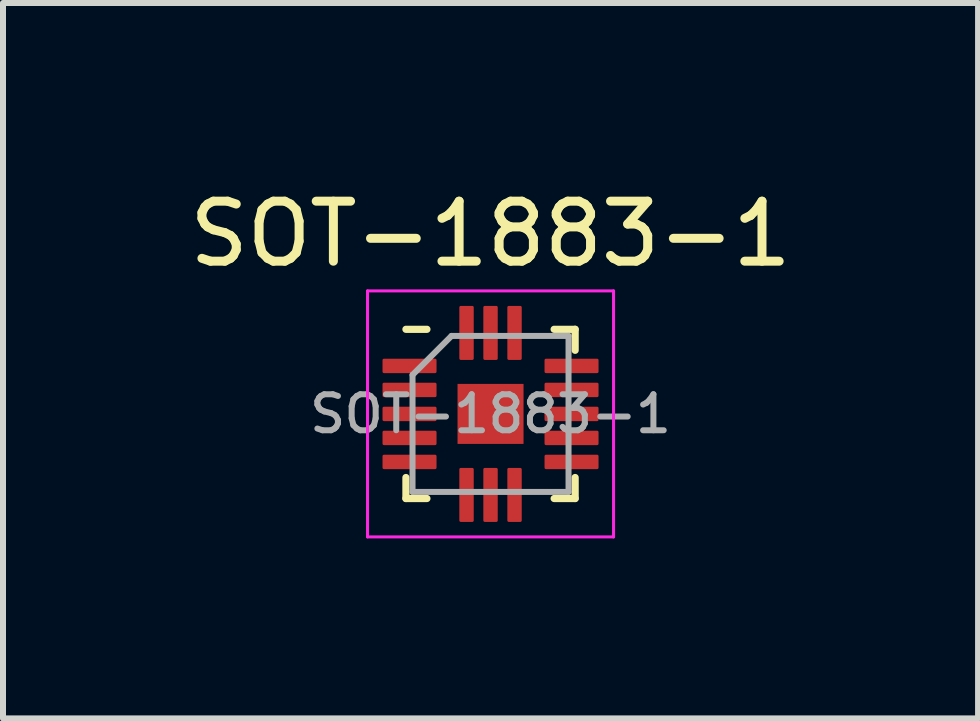
<source format=kicad_pcb>
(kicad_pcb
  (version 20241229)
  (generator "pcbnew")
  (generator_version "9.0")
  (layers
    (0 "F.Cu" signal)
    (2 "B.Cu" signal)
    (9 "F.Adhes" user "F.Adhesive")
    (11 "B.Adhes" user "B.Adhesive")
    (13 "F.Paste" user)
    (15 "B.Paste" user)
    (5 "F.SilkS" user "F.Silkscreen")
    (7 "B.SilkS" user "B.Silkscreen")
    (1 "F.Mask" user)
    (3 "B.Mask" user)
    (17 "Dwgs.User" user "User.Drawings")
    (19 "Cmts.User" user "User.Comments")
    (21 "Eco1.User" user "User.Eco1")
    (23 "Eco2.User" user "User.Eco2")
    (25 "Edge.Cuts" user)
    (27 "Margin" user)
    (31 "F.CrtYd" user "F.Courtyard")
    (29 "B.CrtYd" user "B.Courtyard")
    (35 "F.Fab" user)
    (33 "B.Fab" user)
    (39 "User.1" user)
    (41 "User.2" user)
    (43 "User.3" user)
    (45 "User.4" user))
  (footprint "SOT-1883-1"
    (layer "F.Cu")
    (at 5.125 3.848)
    (property "Reference" "SOT-1883-1" (at 0 -3 0) (layer "F.SilkS") (effects (font (size 1 1) (thickness 0.15))))
    (attr smd)
    (fp_line (start -1.41 1.41) (end -1.41 1.06) (stroke (width 0.12) (type solid)) (layer "F.SilkS"))
    (fp_line (start -1.06 -1.41) (end -1.41 -1.41) (stroke (width 0.12) (type solid)) (layer "F.SilkS"))
    (fp_line (start -1.06 1.41) (end -1.41 1.41) (stroke (width 0.12) (type solid)) (layer "F.SilkS"))
    (fp_line (start 1.06 -1.41) (end 1.41 -1.41) (stroke (width 0.12) (type solid)) (layer "F.SilkS"))
    (fp_line (start 1.06 1.41) (end 1.41 1.41) (stroke (width 0.12) (type solid)) (layer "F.SilkS"))
    (fp_line (start 1.41 -1.41) (end 1.41 -1.06) (stroke (width 0.12) (type solid)) (layer "F.SilkS"))
    (fp_line (start 1.41 1.41) (end 1.41 1.06) (stroke (width 0.12) (type solid)) (layer "F.SilkS"))
    (fp_line (start -2.05 -2.05) (end 2.05 -2.05) (stroke (width 0.05) (type solid)) (layer "F.CrtYd"))
    (fp_line (start -2.05 2.05) (end -2.05 -2.05) (stroke (width 0.05) (type solid)) (layer "F.CrtYd"))
    (fp_line (start 2.05 -2.05) (end 2.05 2.05) (stroke (width 0.05) (type solid)) (layer "F.CrtYd"))
    (fp_line (start 2.05 2.05) (end -2.05 2.05) (stroke (width 0.05) (type solid)) (layer "F.CrtYd"))
    (fp_line (start -1.3 -0.65) (end -1.3 1.3) (stroke (width 0.1) (type solid)) (layer "F.Fab"))
    (fp_line (start -1.3 1.3) (end 1.3 1.3) (stroke (width 0.1) (type solid)) (layer "F.Fab"))
    (fp_line (start -0.65 -1.3) (end -1.3 -0.65) (stroke (width 0.1) (type solid)) (layer "F.Fab"))
    (fp_line (start 1.3 -1.3) (end -0.65 -1.3) (stroke (width 0.1) (type solid)) (layer "F.Fab"))
    (fp_line (start 1.3 1.3) (end 1.3 -1.3) (stroke (width 0.1) (type solid)) (layer "F.Fab"))
    (fp_text user "${REFERENCE}" (at 0 0 0) (layer "F.Fab") (effects (font (size 0.6 0.6) (thickness 0.1))))
    (pad "" smd roundrect (at 0 0) (size 0.6 0.5) (layers "F.Paste") (roundrect_rratio 0.1))
    (pad "1" smd roundrect (at -1.35 -0.8 90) (size 0.24 0.9) (layers "F.Cu" "F.Mask" "F.Paste") (roundrect_rratio 0.1))
    (pad "2" smd roundrect (at -1.35 -0.4 90) (size 0.24 0.9) (layers "F.Cu" "F.Mask" "F.Paste") (roundrect_rratio 0.1))
    (pad "3" smd roundrect (at -1.35 0 90) (size 0.24 0.9) (layers "F.Cu" "F.Mask" "F.Paste") (roundrect_rratio 0.1))
    (pad "4" smd roundrect (at -1.35 0.4 90) (size 0.24 0.9) (layers "F.Cu" "F.Mask" "F.Paste") (roundrect_rratio 0.1))
    (pad "5" smd roundrect (at -1.35 0.8 90) (size 0.24 0.9) (layers "F.Cu" "F.Mask" "F.Paste") (roundrect_rratio 0.1))
    (pad "6" smd roundrect (at -0.4 1.35) (size 0.24 0.9) (layers "F.Cu" "F.Mask" "F.Paste") (roundrect_rratio 0.1))
    (pad "7" smd roundrect (at 0 1.35) (size 0.24 0.9) (layers "F.Cu" "F.Mask" "F.Paste") (roundrect_rratio 0.1))
    (pad "8" smd roundrect (at 0.4 1.35) (size 0.24 0.9) (layers "F.Cu" "F.Mask" "F.Paste") (roundrect_rratio 0.1))
    (pad "9" smd roundrect (at 1.35 0.8 90) (size 0.24 0.9) (layers "F.Cu" "F.Mask" "F.Paste") (roundrect_rratio 0.1))
    (pad "10" smd roundrect (at 1.35 0.4 90) (size 0.24 0.9) (layers "F.Cu" "F.Mask" "F.Paste") (roundrect_rratio 0.1))
    (pad "11" smd roundrect (at 1.35 0 90) (size 0.24 0.9) (layers "F.Cu" "F.Mask" "F.Paste") (roundrect_rratio 0.1))
    (pad "12" smd roundrect (at 1.35 -0.4 90) (size 0.24 0.9) (layers "F.Cu" "F.Mask" "F.Paste") (roundrect_rratio 0.1))
    (pad "13" smd roundrect (at 1.35 -0.8 90) (size 0.24 0.9) (layers "F.Cu" "F.Mask" "F.Paste") (roundrect_rratio 0.1))
    (pad "14" smd roundrect (at 0.4 -1.35) (size 0.24 0.9) (layers "F.Cu" "F.Mask" "F.Paste") (roundrect_rratio 0.1))
    (pad "15" smd roundrect (at 0 -1.35) (size 0.24 0.9) (layers "F.Cu" "F.Mask" "F.Paste") (roundrect_rratio 0.1))
    (pad "16" smd roundrect (at -0.4 -1.35) (size 0.24 0.9) (layers "F.Cu" "F.Mask" "F.Paste") (roundrect_rratio 0.1))
    (pad "17" smd rect (at 0 0) (size 1.1 1) (layers "F.Cu" "F.Mask")))
  (gr_rect
    (start -3 -3)
    (end 13.25 8.923)
    (stroke (width 0.1) (type default))
    (fill no)
    (layer "Edge.Cuts")))
</source>
